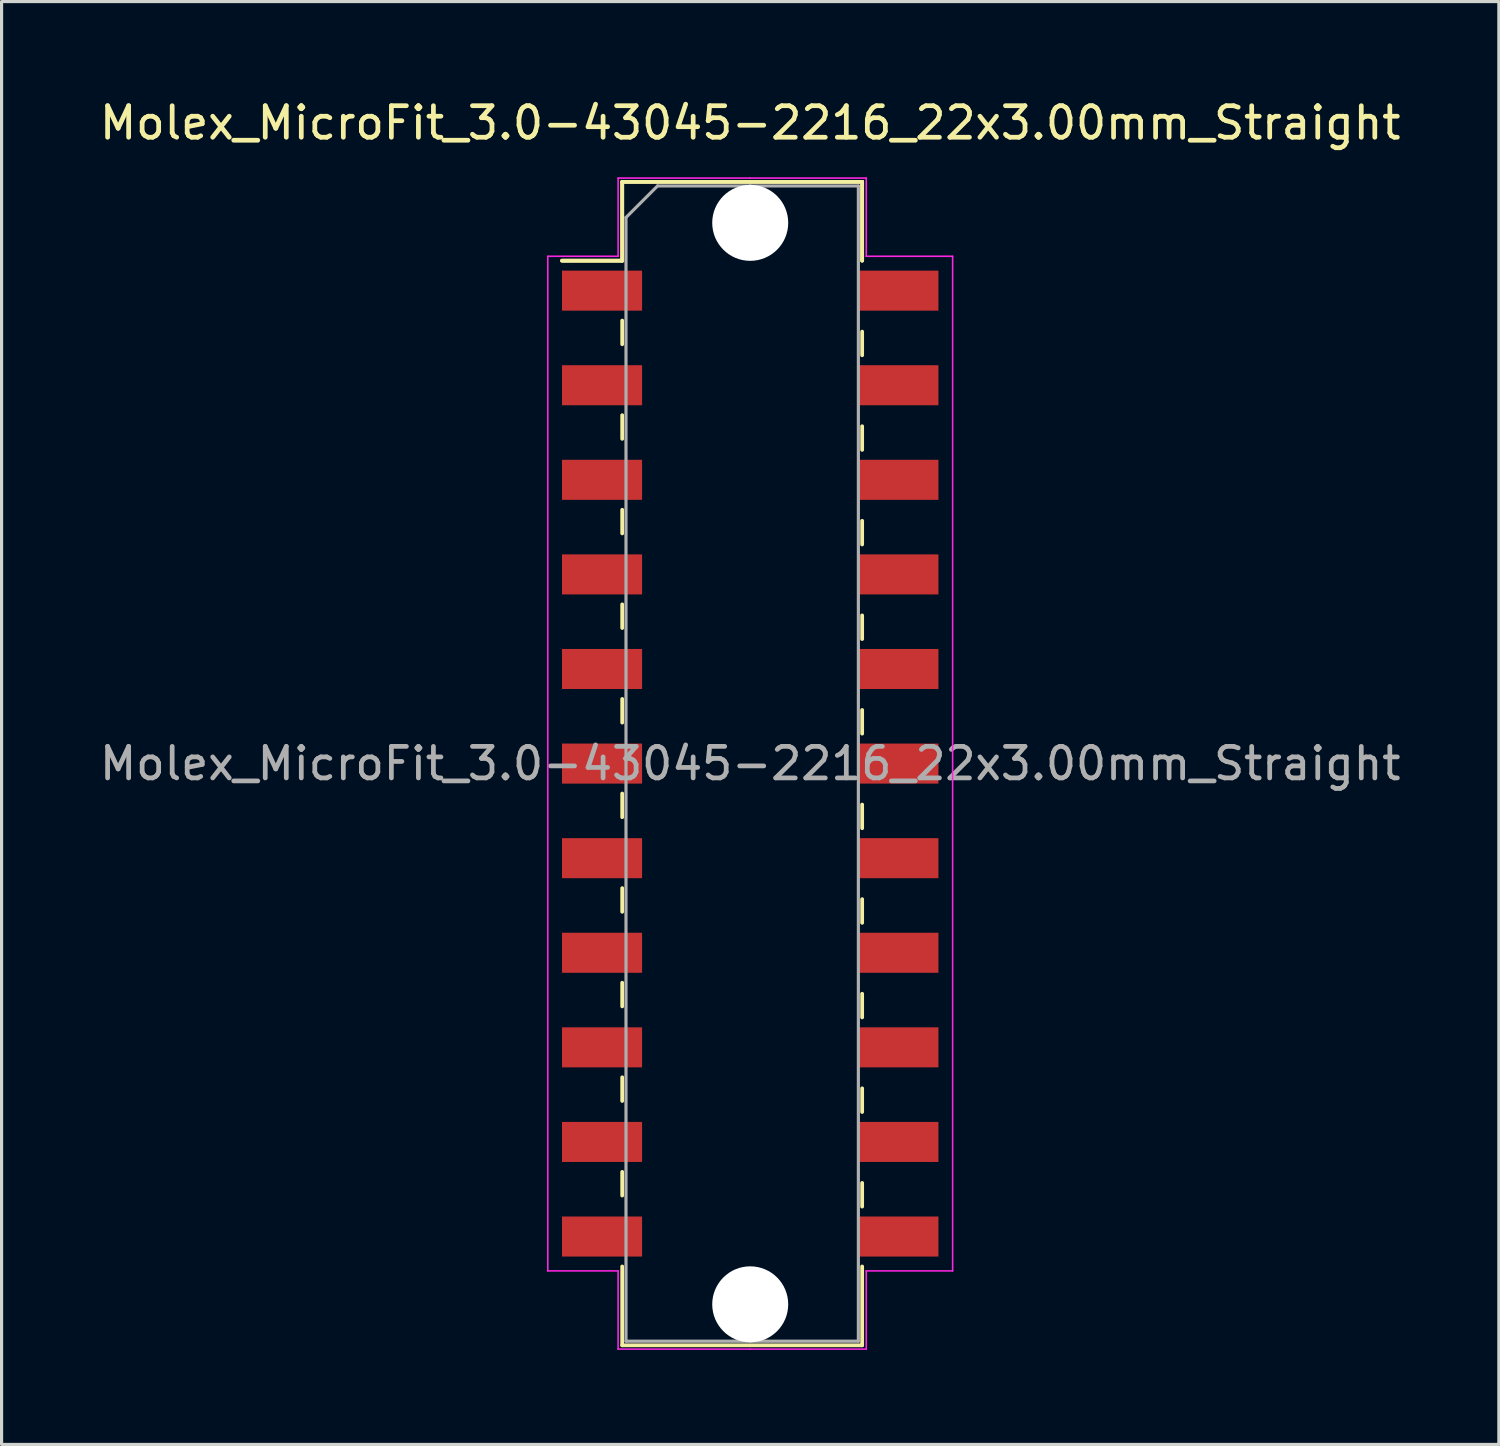
<source format=kicad_pcb>
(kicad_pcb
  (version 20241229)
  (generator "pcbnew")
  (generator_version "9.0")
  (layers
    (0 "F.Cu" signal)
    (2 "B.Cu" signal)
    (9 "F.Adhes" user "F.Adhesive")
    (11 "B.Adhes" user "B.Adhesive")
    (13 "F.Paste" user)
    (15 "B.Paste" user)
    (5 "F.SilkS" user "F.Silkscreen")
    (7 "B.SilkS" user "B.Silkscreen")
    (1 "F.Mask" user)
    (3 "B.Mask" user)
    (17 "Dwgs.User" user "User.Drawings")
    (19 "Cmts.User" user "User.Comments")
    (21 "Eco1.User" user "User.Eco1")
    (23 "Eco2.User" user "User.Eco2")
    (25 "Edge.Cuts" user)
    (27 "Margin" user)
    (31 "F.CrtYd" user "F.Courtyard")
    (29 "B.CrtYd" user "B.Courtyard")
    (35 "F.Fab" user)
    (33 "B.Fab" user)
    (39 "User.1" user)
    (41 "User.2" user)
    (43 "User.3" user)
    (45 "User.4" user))
  (footprint "Molex_MicroFit_3.0-43045-2216_22x3.00mm_Straight"
    (layer "F.Cu")
    (at 20.744 21.168)
    (property "Reference" "Molex_MicroFit_3.0-43045-2216_22x3.00mm_Straight" (at 0 -20.32 0) (layer "F.SilkS") (effects (font (size 1 1) (thickness 0.15))))
    (attr smd)
    (fp_line (start -5.97 -15.95) (end -4.06 -15.95) (stroke (width 0.12) (type solid)) (layer "F.SilkS"))
    (fp_line (start -5.97 -15.95) (end -4.06 -15.95) (stroke (width 0.12) (type solid)) (layer "F.SilkS"))
    (fp_line (start -4.06 -18.45) (end 3.55 -18.45) (stroke (width 0.12) (type solid)) (layer "F.SilkS"))
    (fp_line (start -4.06 -18.45) (end 3.55 -18.45) (stroke (width 0.12) (type solid)) (layer "F.SilkS"))
    (fp_line (start -4.06 -15.95) (end -4.06 -18.45) (stroke (width 0.12) (type solid)) (layer "F.SilkS"))
    (fp_line (start -4.06 -15.95) (end -4.06 -18.45) (stroke (width 0.12) (type solid)) (layer "F.SilkS"))
    (fp_line (start -4.06 -14.05) (end -4.06 -13.3) (stroke (width 0.12) (type solid)) (layer "F.SilkS"))
    (fp_line (start -4.06 -11.05) (end -4.06 -10.3) (stroke (width 0.12) (type solid)) (layer "F.SilkS"))
    (fp_line (start -4.06 -8.05) (end -4.06 -7.3) (stroke (width 0.12) (type solid)) (layer "F.SilkS"))
    (fp_line (start -4.06 -5.05) (end -4.06 -4.3) (stroke (width 0.12) (type solid)) (layer "F.SilkS"))
    (fp_line (start -4.06 -2.05) (end -4.06 -1.3) (stroke (width 0.12) (type solid)) (layer "F.SilkS"))
    (fp_line (start -4.06 0.95) (end -4.06 1.7) (stroke (width 0.12) (type solid)) (layer "F.SilkS"))
    (fp_line (start -4.06 3.95) (end -4.06 4.7) (stroke (width 0.12) (type solid)) (layer "F.SilkS"))
    (fp_line (start -4.06 6.95) (end -4.06 7.7) (stroke (width 0.12) (type solid)) (layer "F.SilkS"))
    (fp_line (start -4.06 9.95) (end -4.06 10.7) (stroke (width 0.12) (type solid)) (layer "F.SilkS"))
    (fp_line (start -4.06 12.95) (end -4.06 13.7) (stroke (width 0.12) (type solid)) (layer "F.SilkS"))
    (fp_line (start -4.06 18.45) (end -4.06 15.95) (stroke (width 0.12) (type solid)) (layer "F.SilkS"))
    (fp_line (start 3.55 -18.45) (end 3.55 -15.95) (stroke (width 0.12) (type solid)) (layer "F.SilkS"))
    (fp_line (start 3.55 -18.45) (end 3.55 -15.95) (stroke (width 0.12) (type solid)) (layer "F.SilkS"))
    (fp_line (start 3.55 -12.95) (end 3.55 -13.7) (stroke (width 0.12) (type solid)) (layer "F.SilkS"))
    (fp_line (start 3.55 -9.95) (end 3.55 -10.7) (stroke (width 0.12) (type solid)) (layer "F.SilkS"))
    (fp_line (start 3.55 -6.95) (end 3.55 -7.7) (stroke (width 0.12) (type solid)) (layer "F.SilkS"))
    (fp_line (start 3.55 -3.95) (end 3.55 -4.7) (stroke (width 0.12) (type solid)) (layer "F.SilkS"))
    (fp_line (start 3.55 -0.95) (end 3.55 -1.7) (stroke (width 0.12) (type solid)) (layer "F.SilkS"))
    (fp_line (start 3.55 2.05) (end 3.55 1.3) (stroke (width 0.12) (type solid)) (layer "F.SilkS"))
    (fp_line (start 3.55 5.05) (end 3.55 4.3) (stroke (width 0.12) (type solid)) (layer "F.SilkS"))
    (fp_line (start 3.55 8.05) (end 3.55 7.3) (stroke (width 0.12) (type solid)) (layer "F.SilkS"))
    (fp_line (start 3.55 11.05) (end 3.55 10.3) (stroke (width 0.12) (type solid)) (layer "F.SilkS"))
    (fp_line (start 3.55 14.05) (end 3.55 13.3) (stroke (width 0.12) (type solid)) (layer "F.SilkS"))
    (fp_line (start 3.55 15.95) (end 3.55 18.45) (stroke (width 0.12) (type solid)) (layer "F.SilkS"))
    (fp_line (start 3.55 18.45) (end -4.06 18.45) (stroke (width 0.12) (type solid)) (layer "F.SilkS"))
    (fp_line (start -6.42 -16.09) (end -4.19 -16.09) (stroke (width 0.05) (type solid)) (layer "F.CrtYd"))
    (fp_line (start -6.42 16.09) (end -6.42 -16.09) (stroke (width 0.05) (type solid)) (layer "F.CrtYd"))
    (fp_line (start -4.19 -18.57) (end 0 -18.57) (stroke (width 0.05) (type solid)) (layer "F.CrtYd"))
    (fp_line (start -4.19 -16.09) (end -4.19 -18.57) (stroke (width 0.05) (type solid)) (layer "F.CrtYd"))
    (fp_line (start -4.19 16.09) (end -6.42 16.09) (stroke (width 0.05) (type solid)) (layer "F.CrtYd"))
    (fp_line (start -4.19 18.57) (end -4.19 16.09) (stroke (width 0.05) (type solid)) (layer "F.CrtYd"))
    (fp_line (start 0 -18.57) (end 3.68 -18.57) (stroke (width 0.05) (type solid)) (layer "F.CrtYd"))
    (fp_line (start 0 18.57) (end -4.19 18.57) (stroke (width 0.05) (type solid)) (layer "F.CrtYd"))
    (fp_line (start 3.68 -18.57) (end 3.68 -16.09) (stroke (width 0.05) (type solid)) (layer "F.CrtYd"))
    (fp_line (start 3.68 -16.09) (end 6.42 -16.09) (stroke (width 0.05) (type solid)) (layer "F.CrtYd"))
    (fp_line (start 3.68 16.09) (end 3.68 18.57) (stroke (width 0.05) (type solid)) (layer "F.CrtYd"))
    (fp_line (start 3.68 18.57) (end 0 18.57) (stroke (width 0.05) (type solid)) (layer "F.CrtYd"))
    (fp_line (start 6.42 -16.09) (end 6.42 16.09) (stroke (width 0.05) (type solid)) (layer "F.CrtYd"))
    (fp_line (start 6.42 16.09) (end 3.68 16.09) (stroke (width 0.05) (type solid)) (layer "F.CrtYd"))
    (fp_line (start -3.94 -17.32) (end -2.94 -18.32) (stroke (width 0.1) (type solid)) (layer "F.Fab"))
    (fp_line (start -3.94 18.32) (end -3.94 -17.32) (stroke (width 0.1) (type solid)) (layer "F.Fab"))
    (fp_line (start -2.94 -18.32) (end 0 -18.32) (stroke (width 0.1) (type solid)) (layer "F.Fab"))
    (fp_line (start 0 -18.32) (end 3.43 -18.32) (stroke (width 0.1) (type solid)) (layer "F.Fab"))
    (fp_line (start 0 18.32) (end -3.94 18.32) (stroke (width 0.1) (type solid)) (layer "F.Fab"))
    (fp_line (start 3.43 -18.32) (end 3.43 18.32) (stroke (width 0.1) (type solid)) (layer "F.Fab"))
    (fp_line (start 3.43 18.32) (end 0 18.32) (stroke (width 0.1) (type solid)) (layer "F.Fab"))
    (fp_text user "${REFERENCE}" (at 0 0 0) (layer "F.Fab") (effects (font (size 1 1) (thickness 0.15))))
    (pad "" np_thru_hole circle (at 0 -17.15) (size 2.41 2.41) (drill 2.41) (layers "*.Cu"))
    (pad "" np_thru_hole circle (at 0 17.15) (size 2.41 2.41) (drill 2.41) (layers "*.Cu"))
    (pad "1" smd rect (at -4.7 -15) (size 2.54 1.27) (layers "F.Cu" "F.Mask" "F.Paste"))
    (pad "2" smd rect (at -4.7 -12) (size 2.54 1.27) (layers "F.Cu" "F.Mask" "F.Paste"))
    (pad "3" smd rect (at -4.7 -9) (size 2.54 1.27) (layers "F.Cu" "F.Mask" "F.Paste"))
    (pad "4" smd rect (at -4.7 -6) (size 2.54 1.27) (layers "F.Cu" "F.Mask" "F.Paste"))
    (pad "5" smd rect (at -4.7 -3) (size 2.54 1.27) (layers "F.Cu" "F.Mask" "F.Paste"))
    (pad "6" smd rect (at -4.7 0) (size 2.54 1.27) (layers "F.Cu" "F.Mask" "F.Paste"))
    (pad "7" smd rect (at -4.7 3) (size 2.54 1.27) (layers "F.Cu" "F.Mask" "F.Paste"))
    (pad "8" smd rect (at -4.7 6) (size 2.54 1.27) (layers "F.Cu" "F.Mask" "F.Paste"))
    (pad "9" smd rect (at -4.7 9) (size 2.54 1.27) (layers "F.Cu" "F.Mask" "F.Paste"))
    (pad "10" smd rect (at -4.7 12) (size 2.54 1.27) (layers "F.Cu" "F.Mask" "F.Paste"))
    (pad "11" smd rect (at -4.7 15) (size 2.54 1.27) (layers "F.Cu" "F.Mask" "F.Paste"))
    (pad "12" smd rect (at 4.7 15) (size 2.54 1.27) (layers "F.Cu" "F.Mask" "F.Paste"))
    (pad "13" smd rect (at 4.7 12) (size 2.54 1.27) (layers "F.Cu" "F.Mask" "F.Paste"))
    (pad "14" smd rect (at 4.7 9) (size 2.54 1.27) (layers "F.Cu" "F.Mask" "F.Paste"))
    (pad "15" smd rect (at 4.7 6) (size 2.54 1.27) (layers "F.Cu" "F.Mask" "F.Paste"))
    (pad "16" smd rect (at 4.7 3) (size 2.54 1.27) (layers "F.Cu" "F.Mask" "F.Paste"))
    (pad "17" smd rect (at 4.7 0) (size 2.54 1.27) (layers "F.Cu" "F.Mask" "F.Paste"))
    (pad "18" smd rect (at 4.7 -3) (size 2.54 1.27) (layers "F.Cu" "F.Mask" "F.Paste"))
    (pad "19" smd rect (at 4.7 -6) (size 2.54 1.27) (layers "F.Cu" "F.Mask" "F.Paste"))
    (pad "20" smd rect (at 4.7 -9) (size 2.54 1.27) (layers "F.Cu" "F.Mask" "F.Paste"))
    (pad "21" smd rect (at 4.7 -12) (size 2.54 1.27) (layers "F.Cu" "F.Mask" "F.Paste"))
    (pad "22" smd rect (at 4.7 -15) (size 2.54 1.27) (layers "F.Cu" "F.Mask" "F.Paste")))
  (gr_rect
    (start -3 -3)
    (end 44.488 42.763)
    (stroke (width 0.1) (type default))
    (fill no)
    (layer "Edge.Cuts")))
</source>
